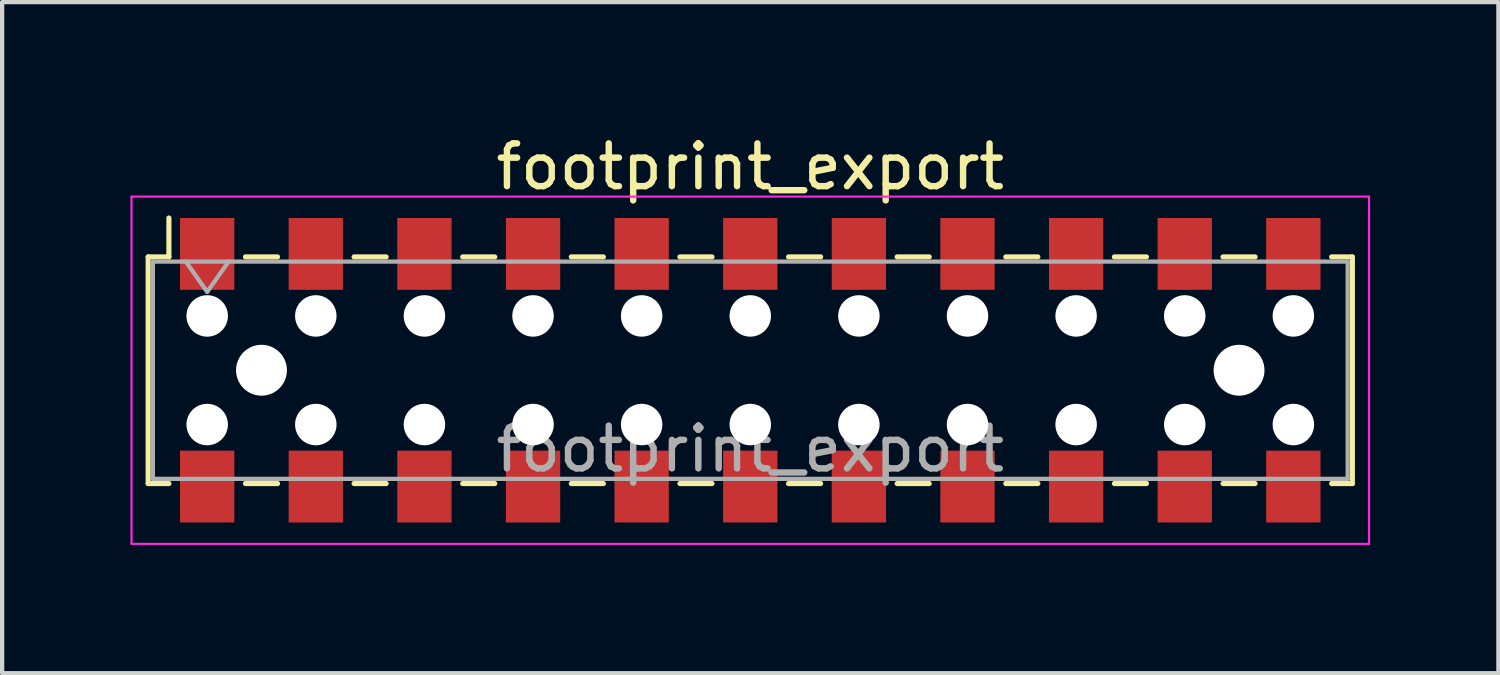
<source format=kicad_pcb>
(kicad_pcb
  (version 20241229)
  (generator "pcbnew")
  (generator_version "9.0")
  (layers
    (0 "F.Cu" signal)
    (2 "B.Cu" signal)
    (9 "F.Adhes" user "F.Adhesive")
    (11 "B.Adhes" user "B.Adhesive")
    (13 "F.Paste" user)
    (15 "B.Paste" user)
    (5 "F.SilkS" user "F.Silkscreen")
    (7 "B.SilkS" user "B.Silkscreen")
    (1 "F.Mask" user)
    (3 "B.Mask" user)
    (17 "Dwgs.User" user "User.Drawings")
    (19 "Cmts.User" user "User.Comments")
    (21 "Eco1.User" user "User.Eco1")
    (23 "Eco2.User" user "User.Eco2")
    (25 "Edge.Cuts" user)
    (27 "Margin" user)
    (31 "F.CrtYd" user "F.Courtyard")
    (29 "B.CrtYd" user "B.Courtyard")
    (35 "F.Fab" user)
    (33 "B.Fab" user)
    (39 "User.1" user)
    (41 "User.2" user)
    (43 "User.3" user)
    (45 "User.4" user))
  (footprint "footprint_export"
    (layer "F.Cu")
    (at 14.495 5.608)
    (property "Reference" "footprint_export" (at 0 -4.76 0) (layer "F.SilkS") (effects (font (size 1 1) (thickness 0.15))))
    (attr smd)
    (fp_line (start -14.08 -2.65) (end -14.08 2.65) (stroke (width 0.12) (type solid)) (layer "F.SilkS"))
    (fp_line (start -14.08 2.65) (end -13.595 2.65) (stroke (width 0.12) (type solid)) (layer "F.SilkS"))
    (fp_line (start -13.595 -3.56) (end -13.595 -2.65) (stroke (width 0.12) (type solid)) (layer "F.SilkS"))
    (fp_line (start -13.595 -2.65) (end -14.08 -2.65) (stroke (width 0.12) (type solid)) (layer "F.SilkS"))
    (fp_line (start -11.805 -2.65) (end -11.055 -2.65) (stroke (width 0.12) (type solid)) (layer "F.SilkS"))
    (fp_line (start -11.805 2.65) (end -11.055 2.65) (stroke (width 0.12) (type solid)) (layer "F.SilkS"))
    (fp_line (start -9.265 -2.65) (end -8.515 -2.65) (stroke (width 0.12) (type solid)) (layer "F.SilkS"))
    (fp_line (start -9.265 2.65) (end -8.515 2.65) (stroke (width 0.12) (type solid)) (layer "F.SilkS"))
    (fp_line (start -6.725 -2.65) (end -5.975 -2.65) (stroke (width 0.12) (type solid)) (layer "F.SilkS"))
    (fp_line (start -6.725 2.65) (end -5.975 2.65) (stroke (width 0.12) (type solid)) (layer "F.SilkS"))
    (fp_line (start -4.185 -2.65) (end -3.435 -2.65) (stroke (width 0.12) (type solid)) (layer "F.SilkS"))
    (fp_line (start -4.185 2.65) (end -3.435 2.65) (stroke (width 0.12) (type solid)) (layer "F.SilkS"))
    (fp_line (start -1.645 -2.65) (end -0.895 -2.65) (stroke (width 0.12) (type solid)) (layer "F.SilkS"))
    (fp_line (start -1.645 2.65) (end -0.895 2.65) (stroke (width 0.12) (type solid)) (layer "F.SilkS"))
    (fp_line (start 0.895 -2.65) (end 1.645 -2.65) (stroke (width 0.12) (type solid)) (layer "F.SilkS"))
    (fp_line (start 0.895 2.65) (end 1.645 2.65) (stroke (width 0.12) (type solid)) (layer "F.SilkS"))
    (fp_line (start 3.435 -2.65) (end 4.185 -2.65) (stroke (width 0.12) (type solid)) (layer "F.SilkS"))
    (fp_line (start 3.435 2.65) (end 4.185 2.65) (stroke (width 0.12) (type solid)) (layer "F.SilkS"))
    (fp_line (start 5.975 -2.65) (end 6.725 -2.65) (stroke (width 0.12) (type solid)) (layer "F.SilkS"))
    (fp_line (start 5.975 2.65) (end 6.725 2.65) (stroke (width 0.12) (type solid)) (layer "F.SilkS"))
    (fp_line (start 8.515 -2.65) (end 9.265 -2.65) (stroke (width 0.12) (type solid)) (layer "F.SilkS"))
    (fp_line (start 8.515 2.65) (end 9.265 2.65) (stroke (width 0.12) (type solid)) (layer "F.SilkS"))
    (fp_line (start 11.055 -2.65) (end 11.805 -2.65) (stroke (width 0.12) (type solid)) (layer "F.SilkS"))
    (fp_line (start 11.055 2.65) (end 11.805 2.65) (stroke (width 0.12) (type solid)) (layer "F.SilkS"))
    (fp_line (start 13.595 -2.65) (end 14.08 -2.65) (stroke (width 0.12) (type solid)) (layer "F.SilkS"))
    (fp_line (start 14.08 -2.65) (end 14.08 2.65) (stroke (width 0.12) (type solid)) (layer "F.SilkS"))
    (fp_line (start 14.08 2.65) (end 13.595 2.65) (stroke (width 0.12) (type solid)) (layer "F.SilkS"))
    (fp_line (start -14.47 -4.06) (end 14.47 -4.06) (stroke (width 0.05) (type solid)) (layer "F.CrtYd"))
    (fp_line (start -14.47 4.06) (end -14.47 -4.06) (stroke (width 0.05) (type solid)) (layer "F.CrtYd"))
    (fp_line (start 14.47 -4.06) (end 14.47 4.06) (stroke (width 0.05) (type solid)) (layer "F.CrtYd"))
    (fp_line (start 14.47 4.06) (end -14.47 4.06) (stroke (width 0.05) (type solid)) (layer "F.CrtYd"))
    (fp_line (start -13.97 -2.54) (end 13.97 -2.54) (stroke (width 0.1) (type solid)) (layer "F.Fab"))
    (fp_line (start -13.97 2.54) (end -13.97 -2.54) (stroke (width 0.1) (type solid)) (layer "F.Fab"))
    (fp_line (start -13.2 -2.54) (end -12.7 -1.833) (stroke (width 0.1) (type solid)) (layer "F.Fab"))
    (fp_line (start -12.7 -1.833) (end -12.2 -2.54) (stroke (width 0.1) (type solid)) (layer "F.Fab"))
    (fp_line (start 13.97 -2.54) (end 13.97 2.54) (stroke (width 0.1) (type solid)) (layer "F.Fab"))
    (fp_line (start 13.97 2.54) (end -13.97 2.54) (stroke (width 0.1) (type solid)) (layer "F.Fab"))
    (fp_text user "${REFERENCE}" (at 0 1.84 0) (layer "F.Fab") (effects (font (size 1 1) (thickness 0.15))))
    (pad "" np_thru_hole circle (at -12.7 -1.27) (size 0.97 0.97) (drill 0.97) (layers "*.Cu" "*.Mask"))
    (pad "" np_thru_hole circle (at -12.7 1.27) (size 0.97 0.97) (drill 0.97) (layers "*.Cu" "*.Mask"))
    (pad "" np_thru_hole circle (at -11.43 0) (size 1.19 1.19) (drill 1.19) (layers "*.Cu" "*.Mask"))
    (pad "" np_thru_hole circle (at -10.16 -1.27) (size 0.97 0.97) (drill 0.97) (layers "*.Cu" "*.Mask"))
    (pad "" np_thru_hole circle (at -10.16 1.27) (size 0.97 0.97) (drill 0.97) (layers "*.Cu" "*.Mask"))
    (pad "" np_thru_hole circle (at -7.62 -1.27) (size 0.97 0.97) (drill 0.97) (layers "*.Cu" "*.Mask"))
    (pad "" np_thru_hole circle (at -7.62 1.27) (size 0.97 0.97) (drill 0.97) (layers "*.Cu" "*.Mask"))
    (pad "" np_thru_hole circle (at -5.08 -1.27) (size 0.97 0.97) (drill 0.97) (layers "*.Cu" "*.Mask"))
    (pad "" np_thru_hole circle (at -5.08 1.27) (size 0.97 0.97) (drill 0.97) (layers "*.Cu" "*.Mask"))
    (pad "" np_thru_hole circle (at -2.54 -1.27) (size 0.97 0.97) (drill 0.97) (layers "*.Cu" "*.Mask"))
    (pad "" np_thru_hole circle (at -2.54 1.27) (size 0.97 0.97) (drill 0.97) (layers "*.Cu" "*.Mask"))
    (pad "" np_thru_hole circle (at 0 -1.27) (size 0.97 0.97) (drill 0.97) (layers "*.Cu" "*.Mask"))
    (pad "" np_thru_hole circle (at 0 1.27) (size 0.97 0.97) (drill 0.97) (layers "*.Cu" "*.Mask"))
    (pad "" np_thru_hole circle (at 2.54 -1.27) (size 0.97 0.97) (drill 0.97) (layers "*.Cu" "*.Mask"))
    (pad "" np_thru_hole circle (at 2.54 1.27) (size 0.97 0.97) (drill 0.97) (layers "*.Cu" "*.Mask"))
    (pad "" np_thru_hole circle (at 5.08 -1.27) (size 0.97 0.97) (drill 0.97) (layers "*.Cu" "*.Mask"))
    (pad "" np_thru_hole circle (at 5.08 1.27) (size 0.97 0.97) (drill 0.97) (layers "*.Cu" "*.Mask"))
    (pad "" np_thru_hole circle (at 7.62 -1.27) (size 0.97 0.97) (drill 0.97) (layers "*.Cu" "*.Mask"))
    (pad "" np_thru_hole circle (at 7.62 1.27) (size 0.97 0.97) (drill 0.97) (layers "*.Cu" "*.Mask"))
    (pad "" np_thru_hole circle (at 10.16 -1.27) (size 0.97 0.97) (drill 0.97) (layers "*.Cu" "*.Mask"))
    (pad "" np_thru_hole circle (at 10.16 1.27) (size 0.97 0.97) (drill 0.97) (layers "*.Cu" "*.Mask"))
    (pad "" np_thru_hole circle (at 11.43 0) (size 1.19 1.19) (drill 1.19) (layers "*.Cu" "*.Mask"))
    (pad "" np_thru_hole circle (at 12.7 -1.27) (size 0.97 0.97) (drill 0.97) (layers "*.Cu" "*.Mask"))
    (pad "" np_thru_hole circle (at 12.7 1.27) (size 0.97 0.97) (drill 0.97) (layers "*.Cu" "*.Mask"))
    (pad "1" smd rect (at -12.7 -2.72) (size 1.27 1.68) (layers "F.Cu" "F.Mask" "F.Paste"))
    (pad "2" smd rect (at -12.7 2.72) (size 1.27 1.68) (layers "F.Cu" "F.Mask" "F.Paste"))
    (pad "3" smd rect (at -10.16 -2.72) (size 1.27 1.68) (layers "F.Cu" "F.Mask" "F.Paste"))
    (pad "4" smd rect (at -10.16 2.72) (size 1.27 1.68) (layers "F.Cu" "F.Mask" "F.Paste"))
    (pad "5" smd rect (at -7.62 -2.72) (size 1.27 1.68) (layers "F.Cu" "F.Mask" "F.Paste"))
    (pad "6" smd rect (at -7.62 2.72) (size 1.27 1.68) (layers "F.Cu" "F.Mask" "F.Paste"))
    (pad "7" smd rect (at -5.08 -2.72) (size 1.27 1.68) (layers "F.Cu" "F.Mask" "F.Paste"))
    (pad "8" smd rect (at -5.08 2.72) (size 1.27 1.68) (layers "F.Cu" "F.Mask" "F.Paste"))
    (pad "9" smd rect (at -2.54 -2.72) (size 1.27 1.68) (layers "F.Cu" "F.Mask" "F.Paste"))
    (pad "10" smd rect (at -2.54 2.72) (size 1.27 1.68) (layers "F.Cu" "F.Mask" "F.Paste"))
    (pad "11" smd rect (at 0 -2.72) (size 1.27 1.68) (layers "F.Cu" "F.Mask" "F.Paste"))
    (pad "12" smd rect (at 0 2.72) (size 1.27 1.68) (layers "F.Cu" "F.Mask" "F.Paste"))
    (pad "13" smd rect (at 2.54 -2.72) (size 1.27 1.68) (layers "F.Cu" "F.Mask" "F.Paste"))
    (pad "14" smd rect (at 2.54 2.72) (size 1.27 1.68) (layers "F.Cu" "F.Mask" "F.Paste"))
    (pad "15" smd rect (at 5.08 -2.72) (size 1.27 1.68) (layers "F.Cu" "F.Mask" "F.Paste"))
    (pad "16" smd rect (at 5.08 2.72) (size 1.27 1.68) (layers "F.Cu" "F.Mask" "F.Paste"))
    (pad "17" smd rect (at 7.62 -2.72) (size 1.27 1.68) (layers "F.Cu" "F.Mask" "F.Paste"))
    (pad "18" smd rect (at 7.62 2.72) (size 1.27 1.68) (layers "F.Cu" "F.Mask" "F.Paste"))
    (pad "19" smd rect (at 10.16 -2.72) (size 1.27 1.68) (layers "F.Cu" "F.Mask" "F.Paste"))
    (pad "20" smd rect (at 10.16 2.72) (size 1.27 1.68) (layers "F.Cu" "F.Mask" "F.Paste"))
    (pad "21" smd rect (at 12.7 -2.72) (size 1.27 1.68) (layers "F.Cu" "F.Mask" "F.Paste"))
    (pad "22" smd rect (at 12.7 2.72) (size 1.27 1.68) (layers "F.Cu" "F.Mask" "F.Paste")))
  (gr_rect
    (start -3 -3)
    (end 31.99 12.693)
    (stroke (width 0.1) (type default))
    (fill no)
    (layer "Edge.Cuts")))
</source>
